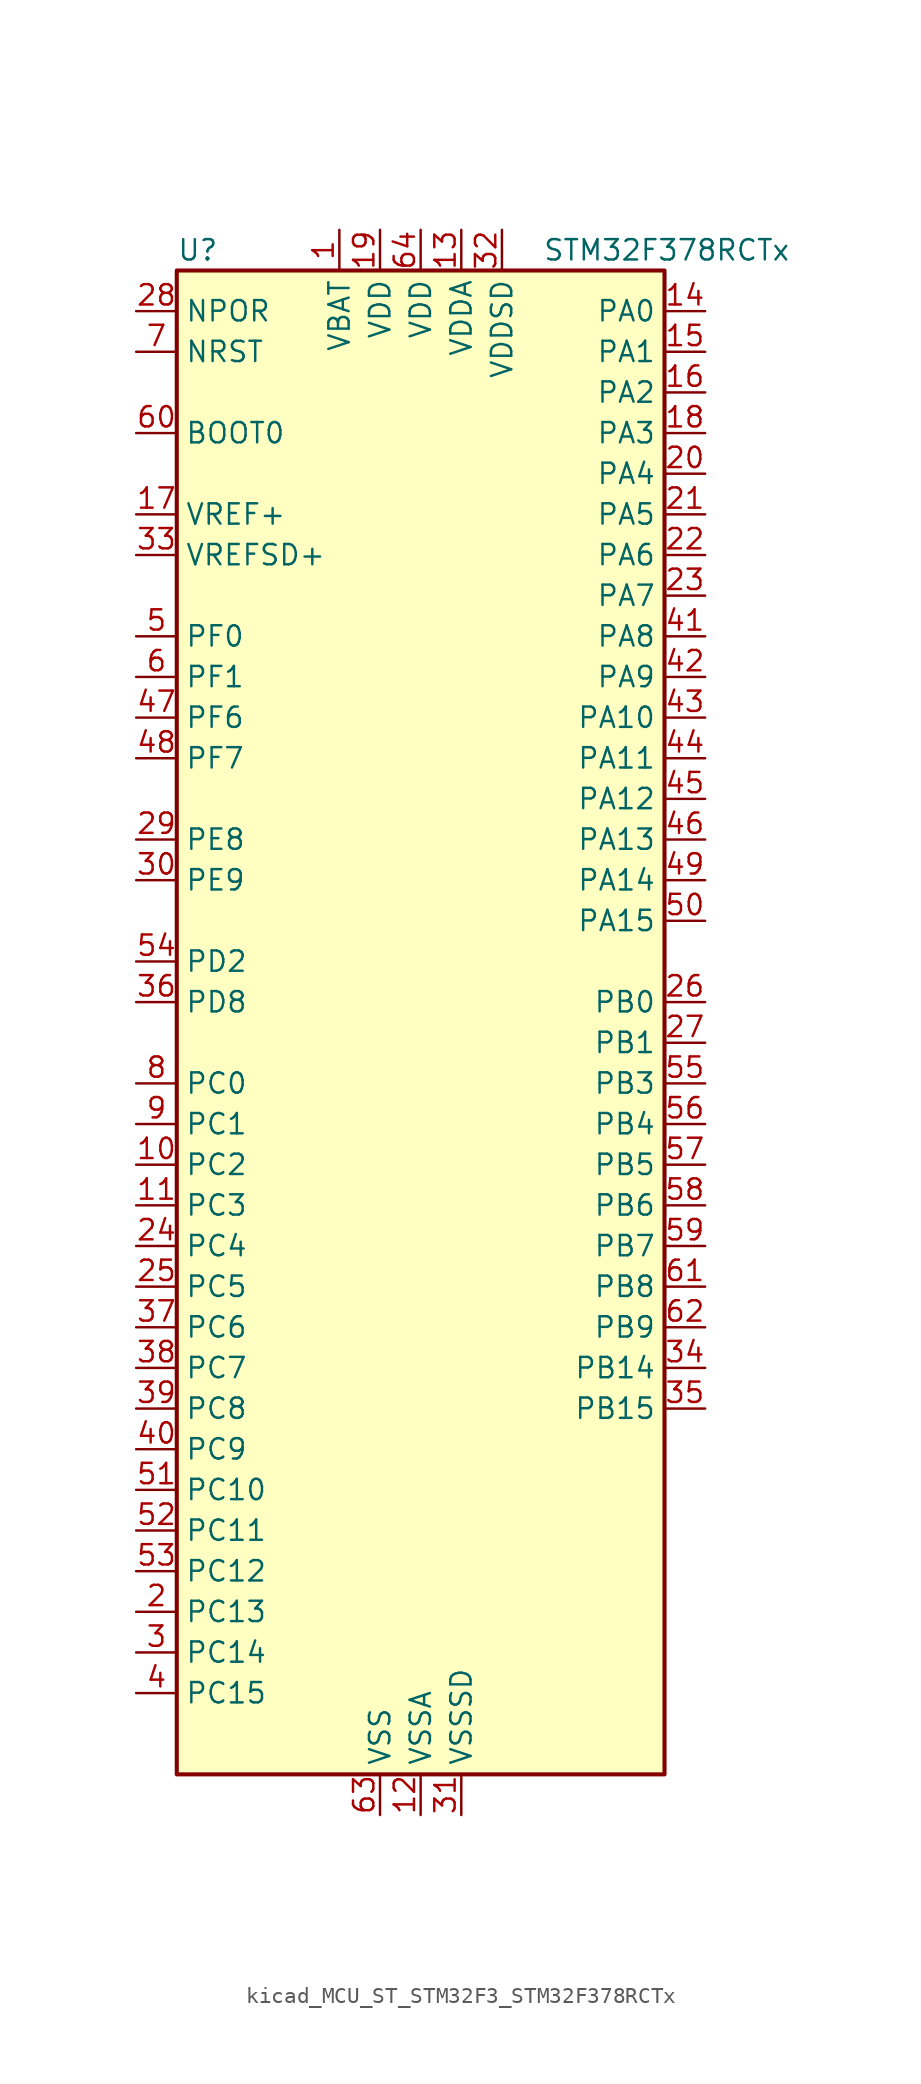
<source format=kicad_sym>
(kicad_symbol_lib
  (version 20220914)
  (generator kicad_symbol_editor)
  (symbol "kicad_MCU_ST_STM32F3_STM32F378RCTx"
    (property "Reference" "U"
      (at -15.24 49.53 0)
      (effects (font (size 1.27 1.27)) (justify left)))
    (property "Value" "STM32F378RCTx"
      (at 7.62 49.53 0)
      (effects (font (size 1.27 1.27)) (justify left)))
    (property "ki_locked" ""
      (at 0 0 0)
      (effects (font (size 1.27 1.27))))
    (symbol "kicad_MCU_ST_STM32F3_STM32F378RCTx_0_1"
      (rectangle (start -15.24 -45.72) (end 15.24 48.26) (stroke (width 0.254) (type default)) (fill (type background))))
    (symbol "kicad_MCU_ST_STM32F3_STM32F378RCTx_1_1"
      (pin power_in line (at -5.08 50.8 270) (length 2.54) (name "VBAT" (effects (font (size 1.27 1.27)))) (number "1" (effects (font (size 1.27 1.27)))))
      (pin bidirectional line (at -17.78 -7.62 0) (length 2.54) (name "PC2" (effects (font (size 1.27 1.27)))) (number "10" (effects (font (size 1.27 1.27)))) (alternate "ADC1_IN12" bidirectional line) (alternate "I2S2_MCK" bidirectional line) (alternate "SPI2_MISO" bidirectional line) (alternate "TIM5_CH3" bidirectional line))
      (pin bidirectional line (at -17.78 -10.16 0) (length 2.54) (name "PC3" (effects (font (size 1.27 1.27)))) (number "11" (effects (font (size 1.27 1.27)))) (alternate "ADC1_IN13" bidirectional line) (alternate "I2S2_SD" bidirectional line) (alternate "SPI2_MOSI" bidirectional line) (alternate "TIM5_CH4" bidirectional line))
      (pin power_in line (at 0 -48.26 90) (length 2.54) (name "VSSA" (effects (font (size 1.27 1.27)))) (number "12" (effects (font (size 1.27 1.27)))))
      (pin power_in line (at 2.54 50.8 270) (length 2.54) (name "VDDA" (effects (font (size 1.27 1.27)))) (number "13" (effects (font (size 1.27 1.27)))))
      (pin bidirectional line (at 17.78 45.72 180) (length 2.54) (name "PA0" (effects (font (size 1.27 1.27)))) (number "14" (effects (font (size 1.27 1.27)))) (alternate "ADC1_IN0" bidirectional line) (alternate "COMP1_INM" bidirectional line) (alternate "COMP1_OUT" bidirectional line) (alternate "RTC_TAMP2" bidirectional line) (alternate "SYS_WKUP1" bidirectional line) (alternate "TIM19_CH1" bidirectional line) (alternate "TIM2_CH1" bidirectional line) (alternate "TIM2_ETR" bidirectional line) (alternate "TIM5_CH1" bidirectional line) (alternate "TIM5_ETR" bidirectional line) (alternate "TSC_G1_IO1" bidirectional line) (alternate "USART2_CTS" bidirectional line))
      (pin bidirectional line (at 17.78 43.18 180) (length 2.54) (name "PA1" (effects (font (size 1.27 1.27)))) (number "15" (effects (font (size 1.27 1.27)))) (alternate "ADC1_IN1" bidirectional line) (alternate "COMP1_INP" bidirectional line) (alternate "I2S3_CK" bidirectional line) (alternate "RTC_REFIN" bidirectional line) (alternate "SPI3_SCK" bidirectional line) (alternate "TIM15_CH1N" bidirectional line) (alternate "TIM19_CH2" bidirectional line) (alternate "TIM2_CH2" bidirectional line) (alternate "TIM5_CH2" bidirectional line) (alternate "TSC_G1_IO2" bidirectional line) (alternate "USART2_DE" bidirectional line) (alternate "USART2_RTS" bidirectional line))
      (pin bidirectional line (at 17.78 40.64 180) (length 2.54) (name "PA2" (effects (font (size 1.27 1.27)))) (number "16" (effects (font (size 1.27 1.27)))) (alternate "ADC1_IN2" bidirectional line) (alternate "COMP2_INM" bidirectional line) (alternate "COMP2_OUT" bidirectional line) (alternate "I2S3_MCK" bidirectional line) (alternate "SPI3_MISO" bidirectional line) (alternate "TIM15_CH1" bidirectional line) (alternate "TIM19_CH3" bidirectional line) (alternate "TIM2_CH3" bidirectional line) (alternate "TIM5_CH3" bidirectional line) (alternate "TSC_G1_IO3" bidirectional line) (alternate "USART2_TX" bidirectional line))
      (pin input line (at -17.78 33.02 0) (length 2.54) (name "VREF+" (effects (font (size 1.27 1.27)))) (number "17" (effects (font (size 1.27 1.27)))))
      (pin bidirectional line (at 17.78 38.1 180) (length 2.54) (name "PA3" (effects (font (size 1.27 1.27)))) (number "18" (effects (font (size 1.27 1.27)))) (alternate "ADC1_IN3" bidirectional line) (alternate "COMP2_INP" bidirectional line) (alternate "I2S3_SD" bidirectional line) (alternate "SPI3_MOSI" bidirectional line) (alternate "TIM15_CH2" bidirectional line) (alternate "TIM19_CH4" bidirectional line) (alternate "TIM2_CH4" bidirectional line) (alternate "TIM5_CH4" bidirectional line) (alternate "TSC_G1_IO4" bidirectional line) (alternate "USART2_RX" bidirectional line))
      (pin power_in line (at -2.54 50.8 270) (length 2.54) (name "VDD" (effects (font (size 1.27 1.27)))) (number "19" (effects (font (size 1.27 1.27)))))
      (pin bidirectional line (at -17.78 -35.56 0) (length 2.54) (name "PC13" (effects (font (size 1.27 1.27)))) (number "2" (effects (font (size 1.27 1.27)))) (alternate "RTC_OUT_ALARM" bidirectional line) (alternate "RTC_OUT_CALIB" bidirectional line) (alternate "RTC_TAMP1" bidirectional line) (alternate "RTC_TS" bidirectional line) (alternate "SYS_WKUP2" bidirectional line))
      (pin bidirectional line (at 17.78 35.56 180) (length 2.54) (name "PA4" (effects (font (size 1.27 1.27)))) (number "20" (effects (font (size 1.27 1.27)))) (alternate "ADC1_IN4" bidirectional line) (alternate "DAC1_OUT1" bidirectional line) (alternate "I2S1_WS" bidirectional line) (alternate "I2S3_WS" bidirectional line) (alternate "SPI1_NSS" bidirectional line) (alternate "SPI3_NSS" bidirectional line) (alternate "TIM12_CH1" bidirectional line) (alternate "TIM3_CH2" bidirectional line) (alternate "TSC_G2_IO1" bidirectional line) (alternate "USART2_CK" bidirectional line))
      (pin bidirectional line (at 17.78 33.02 180) (length 2.54) (name "PA5" (effects (font (size 1.27 1.27)))) (number "21" (effects (font (size 1.27 1.27)))) (alternate "ADC1_IN5" bidirectional line) (alternate "CEC" bidirectional line) (alternate "DAC1_OUT2" bidirectional line) (alternate "I2S1_CK" bidirectional line) (alternate "SPI1_SCK" bidirectional line) (alternate "TIM12_CH2" bidirectional line) (alternate "TIM14_CH1" bidirectional line) (alternate "TIM2_CH1" bidirectional line) (alternate "TIM2_ETR" bidirectional line) (alternate "TSC_G2_IO2" bidirectional line))
      (pin bidirectional line (at 17.78 30.48 180) (length 2.54) (name "PA6" (effects (font (size 1.27 1.27)))) (number "22" (effects (font (size 1.27 1.27)))) (alternate "ADC1_IN6" bidirectional line) (alternate "COMP1_OUT" bidirectional line) (alternate "DAC2_OUT1" bidirectional line) (alternate "I2S1_MCK" bidirectional line) (alternate "SPI1_MISO" bidirectional line) (alternate "TIM13_CH1" bidirectional line) (alternate "TIM16_CH1" bidirectional line) (alternate "TIM3_CH1" bidirectional line) (alternate "TSC_G2_IO3" bidirectional line))
      (pin bidirectional line (at 17.78 27.94 180) (length 2.54) (name "PA7" (effects (font (size 1.27 1.27)))) (number "23" (effects (font (size 1.27 1.27)))) (alternate "ADC1_IN7" bidirectional line) (alternate "COMP2_OUT" bidirectional line) (alternate "I2S1_SD" bidirectional line) (alternate "SPI1_MOSI" bidirectional line) (alternate "TIM14_CH1" bidirectional line) (alternate "TIM17_CH1" bidirectional line) (alternate "TIM3_CH2" bidirectional line) (alternate "TSC_G2_IO4" bidirectional line))
      (pin bidirectional line (at -17.78 -12.7 0) (length 2.54) (name "PC4" (effects (font (size 1.27 1.27)))) (number "24" (effects (font (size 1.27 1.27)))) (alternate "ADC1_IN14" bidirectional line) (alternate "TIM13_CH1" bidirectional line) (alternate "TSC_G3_IO1" bidirectional line) (alternate "USART1_TX" bidirectional line))
      (pin bidirectional line (at -17.78 -15.24 0) (length 2.54) (name "PC5" (effects (font (size 1.27 1.27)))) (number "25" (effects (font (size 1.27 1.27)))) (alternate "ADC1_IN15" bidirectional line) (alternate "TSC_G3_IO2" bidirectional line) (alternate "USART1_RX" bidirectional line))
      (pin bidirectional line (at 17.78 2.54 180) (length 2.54) (name "PB0" (effects (font (size 1.27 1.27)))) (number "26" (effects (font (size 1.27 1.27)))) (alternate "ADC1_IN8" bidirectional line) (alternate "I2S1_SD" bidirectional line) (alternate "SDADC1_AIN6P" bidirectional line) (alternate "SPI1_MOSI" bidirectional line) (alternate "TIM3_CH2" bidirectional line) (alternate "TIM3_CH3" bidirectional line) (alternate "TSC_G3_IO3" bidirectional line))
      (pin bidirectional line (at 17.78 0 180) (length 2.54) (name "PB1" (effects (font (size 1.27 1.27)))) (number "27" (effects (font (size 1.27 1.27)))) (alternate "ADC1_IN9" bidirectional line) (alternate "SDADC1_AIN5P" bidirectional line) (alternate "SDADC1_AIN6M" bidirectional line) (alternate "TIM3_CH4" bidirectional line) (alternate "TSC_G3_IO4" bidirectional line))
      (pin input line (at -17.78 45.72 0) (length 2.54) (name "NPOR" (effects (font (size 1.27 1.27)))) (number "28" (effects (font (size 1.27 1.27)))))
      (pin bidirectional line (at -17.78 12.7 0) (length 2.54) (name "PE8" (effects (font (size 1.27 1.27)))) (number "29" (effects (font (size 1.27 1.27)))) (alternate "SDADC1_AIN8P" bidirectional line) (alternate "SDADC2_AIN8P" bidirectional line))
      (pin bidirectional line (at -17.78 -38.1 0) (length 2.54) (name "PC14" (effects (font (size 1.27 1.27)))) (number "3" (effects (font (size 1.27 1.27)))) (alternate "RCC_OSC32_IN" bidirectional line))
      (pin bidirectional line (at -17.78 10.16 0) (length 2.54) (name "PE9" (effects (font (size 1.27 1.27)))) (number "30" (effects (font (size 1.27 1.27)))) (alternate "DAC1_EXTI9" bidirectional line) (alternate "DAC2_EXTI9" bidirectional line) (alternate "SDADC1_AIN7P" bidirectional line) (alternate "SDADC1_AIN8M" bidirectional line) (alternate "SDADC2_AIN7P" bidirectional line) (alternate "SDADC2_AIN8M" bidirectional line))
      (pin power_in line (at 2.54 -48.26 90) (length 2.54) (name "VSSSD" (effects (font (size 1.27 1.27)))) (number "31" (effects (font (size 1.27 1.27)))))
      (pin power_in line (at 5.08 50.8 270) (length 2.54) (name "VDDSD" (effects (font (size 1.27 1.27)))) (number "32" (effects (font (size 1.27 1.27)))))
      (pin input line (at -17.78 30.48 0) (length 2.54) (name "VREFSD+" (effects (font (size 1.27 1.27)))) (number "33" (effects (font (size 1.27 1.27)))))
      (pin bidirectional line (at 17.78 -20.32 180) (length 2.54) (name "PB14" (effects (font (size 1.27 1.27)))) (number "34" (effects (font (size 1.27 1.27)))) (alternate "I2S2_MCK" bidirectional line) (alternate "SDADC3_AIN8P" bidirectional line) (alternate "SPI2_MISO" bidirectional line) (alternate "TIM12_CH1" bidirectional line) (alternate "TIM15_CH1" bidirectional line) (alternate "TSC_G6_IO1" bidirectional line) (alternate "USART3_DE" bidirectional line) (alternate "USART3_RTS" bidirectional line))
      (pin bidirectional line (at 17.78 -22.86 180) (length 2.54) (name "PB15" (effects (font (size 1.27 1.27)))) (number "35" (effects (font (size 1.27 1.27)))) (alternate "ADC1_EXTI15" bidirectional line) (alternate "I2S2_SD" bidirectional line) (alternate "RTC_REFIN" bidirectional line) (alternate "SDADC1_EXTI15" bidirectional line) (alternate "SDADC2_EXTI15" bidirectional line) (alternate "SDADC3_AIN7P" bidirectional line) (alternate "SDADC3_AIN8M" bidirectional line) (alternate "SDADC3_EXTI15" bidirectional line) (alternate "SPI2_MOSI" bidirectional line) (alternate "TIM12_CH2" bidirectional line) (alternate "TIM15_CH1N" bidirectional line) (alternate "TIM15_CH2" bidirectional line) (alternate "TSC_G6_IO2" bidirectional line))
      (pin bidirectional line (at -17.78 2.54 0) (length 2.54) (name "PD8" (effects (font (size 1.27 1.27)))) (number "36" (effects (font (size 1.27 1.27)))) (alternate "I2S2_CK" bidirectional line) (alternate "SDADC3_AIN6P" bidirectional line) (alternate "SPI2_SCK" bidirectional line) (alternate "TSC_G6_IO3" bidirectional line) (alternate "USART3_TX" bidirectional line))
      (pin bidirectional line (at -17.78 -17.78 0) (length 2.54) (name "PC6" (effects (font (size 1.27 1.27)))) (number "37" (effects (font (size 1.27 1.27)))) (alternate "I2S1_WS" bidirectional line) (alternate "SPI1_NSS" bidirectional line) (alternate "TIM3_CH1" bidirectional line))
      (pin bidirectional line (at -17.78 -20.32 0) (length 2.54) (name "PC7" (effects (font (size 1.27 1.27)))) (number "38" (effects (font (size 1.27 1.27)))) (alternate "I2S1_CK" bidirectional line) (alternate "SPI1_SCK" bidirectional line) (alternate "TIM3_CH2" bidirectional line))
      (pin bidirectional line (at -17.78 -22.86 0) (length 2.54) (name "PC8" (effects (font (size 1.27 1.27)))) (number "39" (effects (font (size 1.27 1.27)))) (alternate "I2S1_MCK" bidirectional line) (alternate "SPI1_MISO" bidirectional line) (alternate "TIM3_CH3" bidirectional line))
      (pin bidirectional line (at -17.78 -40.64 0) (length 2.54) (name "PC15" (effects (font (size 1.27 1.27)))) (number "4" (effects (font (size 1.27 1.27)))) (alternate "ADC1_EXTI15" bidirectional line) (alternate "RCC_OSC32_OUT" bidirectional line) (alternate "SDADC1_EXTI15" bidirectional line) (alternate "SDADC2_EXTI15" bidirectional line) (alternate "SDADC3_EXTI15" bidirectional line))
      (pin bidirectional line (at -17.78 -25.4 0) (length 2.54) (name "PC9" (effects (font (size 1.27 1.27)))) (number "40" (effects (font (size 1.27 1.27)))) (alternate "DAC1_EXTI9" bidirectional line) (alternate "DAC2_EXTI9" bidirectional line) (alternate "I2S1_SD" bidirectional line) (alternate "SPI1_MOSI" bidirectional line) (alternate "TIM3_CH4" bidirectional line))
      (pin bidirectional line (at 17.78 25.4 180) (length 2.54) (name "PA8" (effects (font (size 1.27 1.27)))) (number "41" (effects (font (size 1.27 1.27)))) (alternate "I2C2_SMBA" bidirectional line) (alternate "I2S2_CK" bidirectional line) (alternate "RCC_MCO" bidirectional line) (alternate "SPI2_SCK" bidirectional line) (alternate "TIM4_ETR" bidirectional line) (alternate "TIM5_CH1" bidirectional line) (alternate "TIM5_ETR" bidirectional line) (alternate "USART1_CK" bidirectional line))
      (pin bidirectional line (at 17.78 22.86 180) (length 2.54) (name "PA9" (effects (font (size 1.27 1.27)))) (number "42" (effects (font (size 1.27 1.27)))) (alternate "DAC1_EXTI9" bidirectional line) (alternate "DAC2_EXTI9" bidirectional line) (alternate "I2C2_SCL" bidirectional line) (alternate "I2S2_MCK" bidirectional line) (alternate "SPI2_MISO" bidirectional line) (alternate "TIM13_CH1" bidirectional line) (alternate "TIM15_BKIN" bidirectional line) (alternate "TIM2_CH3" bidirectional line) (alternate "TSC_G4_IO1" bidirectional line) (alternate "USART1_TX" bidirectional line))
      (pin bidirectional line (at 17.78 20.32 180) (length 2.54) (name "PA10" (effects (font (size 1.27 1.27)))) (number "43" (effects (font (size 1.27 1.27)))) (alternate "I2C2_SDA" bidirectional line) (alternate "I2S2_SD" bidirectional line) (alternate "SPI2_MOSI" bidirectional line) (alternate "TIM14_CH1" bidirectional line) (alternate "TIM17_BKIN" bidirectional line) (alternate "TIM2_CH4" bidirectional line) (alternate "TSC_G4_IO2" bidirectional line) (alternate "USART1_RX" bidirectional line))
      (pin bidirectional line (at 17.78 17.78 180) (length 2.54) (name "PA11" (effects (font (size 1.27 1.27)))) (number "44" (effects (font (size 1.27 1.27)))) (alternate "ADC1_EXTI11" bidirectional line) (alternate "CAN_RX" bidirectional line) (alternate "COMP1_OUT" bidirectional line) (alternate "I2S1_WS" bidirectional line) (alternate "I2S2_WS" bidirectional line) (alternate "SDADC1_EXTI11" bidirectional line) (alternate "SDADC2_EXTI11" bidirectional line) (alternate "SDADC3_EXTI11" bidirectional line) (alternate "SPI1_NSS" bidirectional line) (alternate "SPI2_NSS" bidirectional line) (alternate "TIM4_CH1" bidirectional line) (alternate "TIM5_CH2" bidirectional line) (alternate "USART1_CTS" bidirectional line))
      (pin bidirectional line (at 17.78 15.24 180) (length 2.54) (name "PA12" (effects (font (size 1.27 1.27)))) (number "45" (effects (font (size 1.27 1.27)))) (alternate "CAN_TX" bidirectional line) (alternate "COMP2_OUT" bidirectional line) (alternate "I2S1_CK" bidirectional line) (alternate "SPI1_SCK" bidirectional line) (alternate "TIM16_CH1" bidirectional line) (alternate "TIM4_CH2" bidirectional line) (alternate "TIM5_CH3" bidirectional line) (alternate "USART1_DE" bidirectional line) (alternate "USART1_RTS" bidirectional line))
      (pin bidirectional line (at 17.78 12.7 180) (length 2.54) (name "PA13" (effects (font (size 1.27 1.27)))) (number "46" (effects (font (size 1.27 1.27)))) (alternate "I2S1_MCK" bidirectional line) (alternate "IR_OUT" bidirectional line) (alternate "SPI1_MISO" bidirectional line) (alternate "SYS_JTMS-SWDIO" bidirectional line) (alternate "TIM16_CH1N" bidirectional line) (alternate "TIM4_CH3" bidirectional line) (alternate "TIM5_CH4" bidirectional line) (alternate "TSC_G4_IO3" bidirectional line) (alternate "USART3_CTS" bidirectional line))
      (pin bidirectional line (at -17.78 20.32 0) (length 2.54) (name "PF6" (effects (font (size 1.27 1.27)))) (number "47" (effects (font (size 1.27 1.27)))) (alternate "I2C2_SCL" bidirectional line) (alternate "I2S1_SD" bidirectional line) (alternate "SPI1_MOSI" bidirectional line) (alternate "TIM4_CH4" bidirectional line) (alternate "USART3_DE" bidirectional line) (alternate "USART3_RTS" bidirectional line))
      (pin bidirectional line (at -17.78 17.78 0) (length 2.54) (name "PF7" (effects (font (size 1.27 1.27)))) (number "48" (effects (font (size 1.27 1.27)))) (alternate "I2C2_SDA" bidirectional line) (alternate "USART2_CK" bidirectional line))
      (pin bidirectional line (at 17.78 10.16 180) (length 2.54) (name "PA14" (effects (font (size 1.27 1.27)))) (number "49" (effects (font (size 1.27 1.27)))) (alternate "I2C1_SDA" bidirectional line) (alternate "SYS_JTCK-SWCLK" bidirectional line) (alternate "TIM12_CH1" bidirectional line) (alternate "TSC_G4_IO4" bidirectional line))
      (pin bidirectional line (at -17.78 25.4 0) (length 2.54) (name "PF0" (effects (font (size 1.27 1.27)))) (number "5" (effects (font (size 1.27 1.27)))) (alternate "I2C2_SDA" bidirectional line) (alternate "RCC_OSC_IN" bidirectional line))
      (pin bidirectional line (at 17.78 7.62 180) (length 2.54) (name "PA15" (effects (font (size 1.27 1.27)))) (number "50" (effects (font (size 1.27 1.27)))) (alternate "ADC1_EXTI15" bidirectional line) (alternate "I2C1_SCL" bidirectional line) (alternate "I2S1_WS" bidirectional line) (alternate "I2S3_WS" bidirectional line) (alternate "SDADC1_EXTI15" bidirectional line) (alternate "SDADC2_EXTI15" bidirectional line) (alternate "SDADC3_EXTI15" bidirectional line) (alternate "SPI1_NSS" bidirectional line) (alternate "SPI3_NSS" bidirectional line) (alternate "SYS_JTDI" bidirectional line) (alternate "TIM12_CH2" bidirectional line) (alternate "TIM2_CH1" bidirectional line) (alternate "TIM2_ETR" bidirectional line) (alternate "TSC_SYNC" bidirectional line))
      (pin bidirectional line (at -17.78 -27.94 0) (length 2.54) (name "PC10" (effects (font (size 1.27 1.27)))) (number "51" (effects (font (size 1.27 1.27)))) (alternate "I2S3_CK" bidirectional line) (alternate "SPI3_SCK" bidirectional line) (alternate "TIM19_CH1" bidirectional line) (alternate "USART3_TX" bidirectional line))
      (pin bidirectional line (at -17.78 -30.48 0) (length 2.54) (name "PC11" (effects (font (size 1.27 1.27)))) (number "52" (effects (font (size 1.27 1.27)))) (alternate "ADC1_EXTI11" bidirectional line) (alternate "I2S3_MCK" bidirectional line) (alternate "SDADC1_EXTI11" bidirectional line) (alternate "SDADC2_EXTI11" bidirectional line) (alternate "SDADC3_EXTI11" bidirectional line) (alternate "SPI3_MISO" bidirectional line) (alternate "TIM19_CH2" bidirectional line) (alternate "USART3_RX" bidirectional line))
      (pin bidirectional line (at -17.78 -33.02 0) (length 2.54) (name "PC12" (effects (font (size 1.27 1.27)))) (number "53" (effects (font (size 1.27 1.27)))) (alternate "I2S3_SD" bidirectional line) (alternate "SPI3_MOSI" bidirectional line) (alternate "TIM19_CH3" bidirectional line) (alternate "USART3_CK" bidirectional line))
      (pin bidirectional line (at -17.78 5.08 0) (length 2.54) (name "PD2" (effects (font (size 1.27 1.27)))) (number "54" (effects (font (size 1.27 1.27)))) (alternate "TIM3_ETR" bidirectional line))
      (pin bidirectional line (at 17.78 -2.54 180) (length 2.54) (name "PB3" (effects (font (size 1.27 1.27)))) (number "55" (effects (font (size 1.27 1.27)))) (alternate "I2S1_CK" bidirectional line) (alternate "I2S3_CK" bidirectional line) (alternate "SPI1_SCK" bidirectional line) (alternate "SPI3_SCK" bidirectional line) (alternate "SYS_JTDO-TRACESWO" bidirectional line) (alternate "TIM13_CH1" bidirectional line) (alternate "TIM2_CH2" bidirectional line) (alternate "TIM3_ETR" bidirectional line) (alternate "TIM4_ETR" bidirectional line) (alternate "TSC_G5_IO1" bidirectional line) (alternate "USART2_TX" bidirectional line))
      (pin bidirectional line (at 17.78 -5.08 180) (length 2.54) (name "PB4" (effects (font (size 1.27 1.27)))) (number "56" (effects (font (size 1.27 1.27)))) (alternate "I2S1_MCK" bidirectional line) (alternate "I2S3_MCK" bidirectional line) (alternate "SPI1_MISO" bidirectional line) (alternate "SPI3_MISO" bidirectional line) (alternate "SYS_NJTRST" bidirectional line) (alternate "TIM15_CH1N" bidirectional line) (alternate "TIM16_CH1" bidirectional line) (alternate "TIM17_BKIN" bidirectional line) (alternate "TIM3_CH1" bidirectional line) (alternate "TSC_G5_IO2" bidirectional line) (alternate "USART2_RX" bidirectional line))
      (pin bidirectional line (at 17.78 -7.62 180) (length 2.54) (name "PB5" (effects (font (size 1.27 1.27)))) (number "57" (effects (font (size 1.27 1.27)))) (alternate "I2C1_SMBA" bidirectional line) (alternate "I2S1_SD" bidirectional line) (alternate "I2S3_SD" bidirectional line) (alternate "SPI1_MOSI" bidirectional line) (alternate "SPI3_MOSI" bidirectional line) (alternate "TIM16_BKIN" bidirectional line) (alternate "TIM17_CH1" bidirectional line) (alternate "TIM19_ETR" bidirectional line) (alternate "TIM3_CH2" bidirectional line) (alternate "USART2_CK" bidirectional line))
      (pin bidirectional line (at 17.78 -10.16 180) (length 2.54) (name "PB6" (effects (font (size 1.27 1.27)))) (number "58" (effects (font (size 1.27 1.27)))) (alternate "I2C1_SCL" bidirectional line) (alternate "TIM15_CH1" bidirectional line) (alternate "TIM16_CH1N" bidirectional line) (alternate "TIM19_CH1" bidirectional line) (alternate "TIM3_CH3" bidirectional line) (alternate "TIM4_CH1" bidirectional line) (alternate "TSC_G5_IO3" bidirectional line) (alternate "USART1_TX" bidirectional line))
      (pin bidirectional line (at 17.78 -12.7 180) (length 2.54) (name "PB7" (effects (font (size 1.27 1.27)))) (number "59" (effects (font (size 1.27 1.27)))) (alternate "I2C1_SDA" bidirectional line) (alternate "TIM15_CH2" bidirectional line) (alternate "TIM17_CH1N" bidirectional line) (alternate "TIM19_CH2" bidirectional line) (alternate "TIM3_CH4" bidirectional line) (alternate "TIM4_CH2" bidirectional line) (alternate "TSC_G5_IO4" bidirectional line) (alternate "USART1_RX" bidirectional line))
      (pin bidirectional line (at -17.78 22.86 0) (length 2.54) (name "PF1" (effects (font (size 1.27 1.27)))) (number "6" (effects (font (size 1.27 1.27)))) (alternate "I2C2_SCL" bidirectional line) (alternate "RCC_OSC_OUT" bidirectional line))
      (pin input line (at -17.78 38.1 0) (length 2.54) (name "BOOT0" (effects (font (size 1.27 1.27)))) (number "60" (effects (font (size 1.27 1.27)))))
      (pin bidirectional line (at 17.78 -15.24 180) (length 2.54) (name "PB8" (effects (font (size 1.27 1.27)))) (number "61" (effects (font (size 1.27 1.27)))) (alternate "CAN_RX" bidirectional line) (alternate "CEC" bidirectional line) (alternate "COMP1_OUT" bidirectional line) (alternate "I2C1_SCL" bidirectional line) (alternate "I2S2_CK" bidirectional line) (alternate "SPI2_SCK" bidirectional line) (alternate "TIM16_CH1" bidirectional line) (alternate "TIM19_CH3" bidirectional line) (alternate "TIM4_CH3" bidirectional line) (alternate "TSC_SYNC" bidirectional line) (alternate "USART3_TX" bidirectional line))
      (pin bidirectional line (at 17.78 -17.78 180) (length 2.54) (name "PB9" (effects (font (size 1.27 1.27)))) (number "62" (effects (font (size 1.27 1.27)))) (alternate "CAN_TX" bidirectional line) (alternate "COMP2_OUT" bidirectional line) (alternate "DAC1_EXTI9" bidirectional line) (alternate "DAC2_EXTI9" bidirectional line) (alternate "I2C1_SDA" bidirectional line) (alternate "I2S2_WS" bidirectional line) (alternate "IR_OUT" bidirectional line) (alternate "SPI2_NSS" bidirectional line) (alternate "TIM17_CH1" bidirectional line) (alternate "TIM19_CH4" bidirectional line) (alternate "TIM4_CH4" bidirectional line) (alternate "USART3_RX" bidirectional line))
      (pin power_in line (at -2.54 -48.26 90) (length 2.54) (name "VSS" (effects (font (size 1.27 1.27)))) (number "63" (effects (font (size 1.27 1.27)))))
      (pin power_in line (at 0 50.8 270) (length 2.54) (name "VDD" (effects (font (size 1.27 1.27)))) (number "64" (effects (font (size 1.27 1.27)))))
      (pin input line (at -17.78 43.18 0) (length 2.54) (name "NRST" (effects (font (size 1.27 1.27)))) (number "7" (effects (font (size 1.27 1.27)))))
      (pin bidirectional line (at -17.78 -2.54 0) (length 2.54) (name "PC0" (effects (font (size 1.27 1.27)))) (number "8" (effects (font (size 1.27 1.27)))) (alternate "ADC1_IN10" bidirectional line) (alternate "TIM5_CH1" bidirectional line) (alternate "TIM5_ETR" bidirectional line))
      (pin bidirectional line (at -17.78 -5.08 0) (length 2.54) (name "PC1" (effects (font (size 1.27 1.27)))) (number "9" (effects (font (size 1.27 1.27)))) (alternate "ADC1_IN11" bidirectional line) (alternate "TIM5_CH2" bidirectional line)))))
</source>
